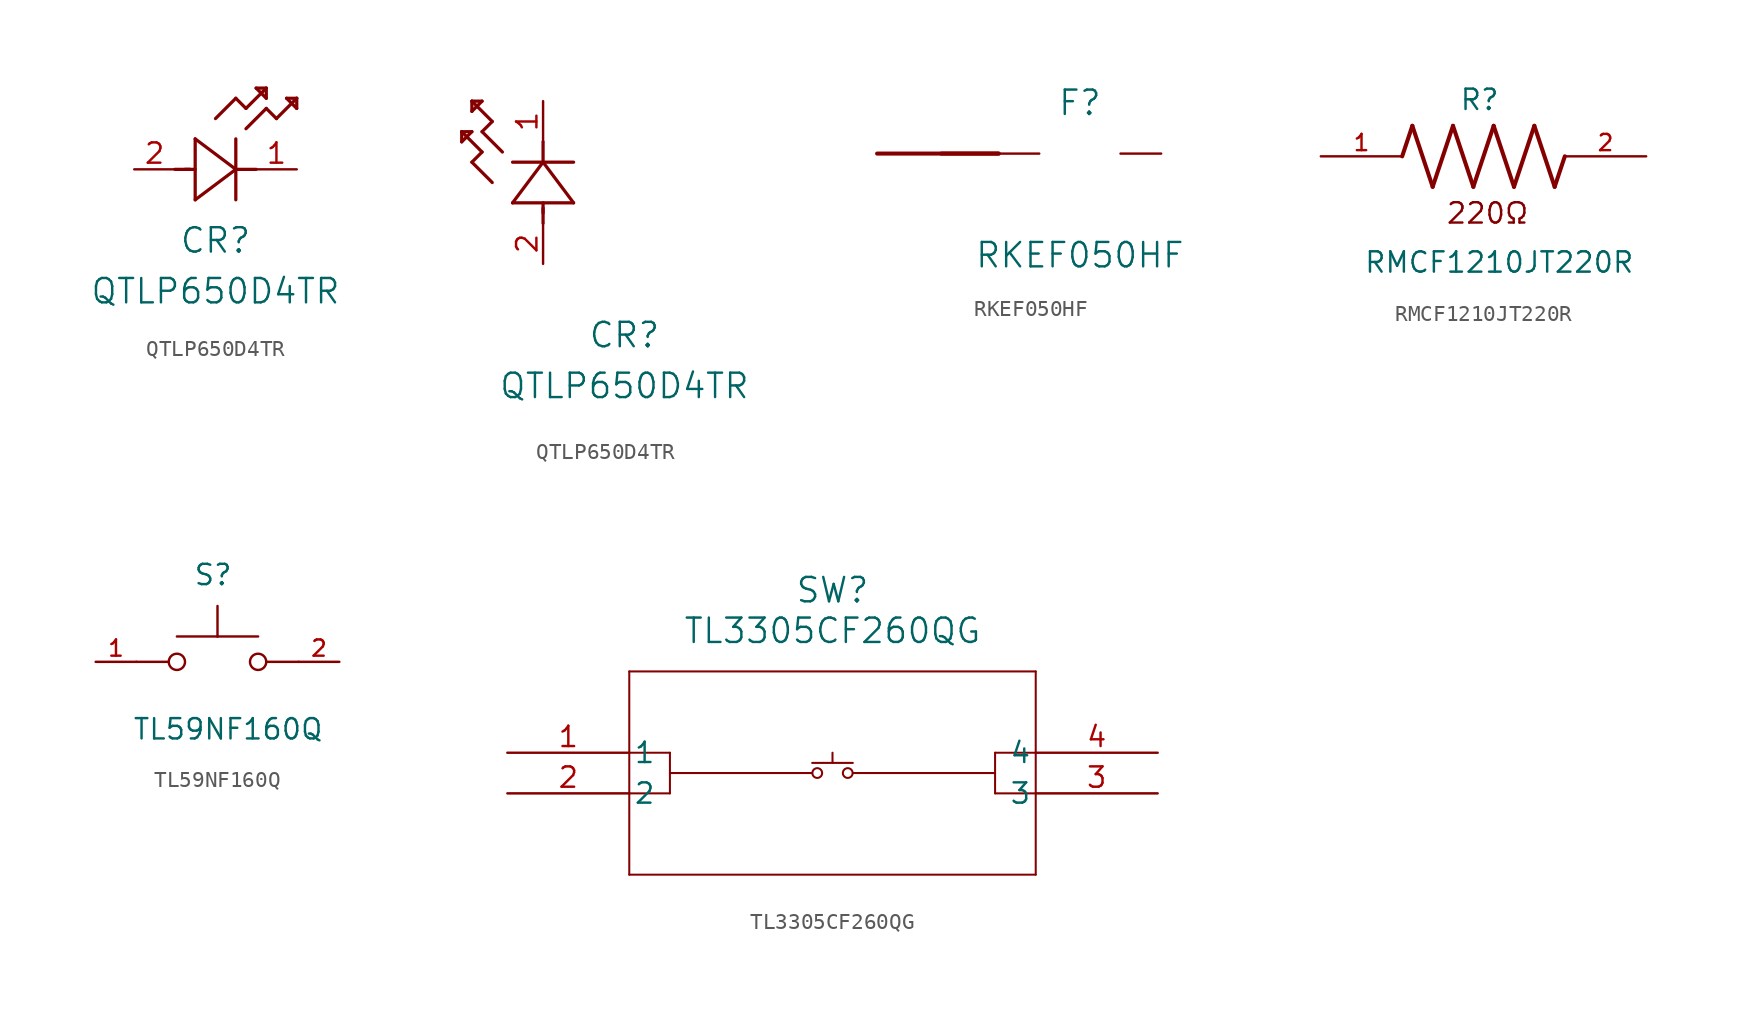
<source format=kicad_sym>
(kicad_symbol_lib
  (version 20211014)
  (generator kicad_symbol_editor)
  (symbol "QTLP650D4TR"
    (pin_names
      (offset 0.254))
    (property "Reference" "CR"
      (at 5.08 -4.445 0)
      (effects (font (size 1.524 1.524))))
    (property "Value" "QTLP650D4TR"
      (at 5.08 -7.62 0)
      (effects (font (size 1.524 1.524))))
    (symbol "QTLP650D4TR_1_1"
      (polyline (pts (xy 2.54 0) (xy 3.48 0)) (stroke (width 0.203) (type default) (color 0 0 0 0)) (fill (type none)))
      (polyline (pts (xy 3.175 0) (xy 3.81 0)) (stroke (width 0.203) (type default) (color 0 0 0 0)) (fill (type none)))
      (polyline (pts (xy 3.81 -1.905) (xy 6.35 0)) (stroke (width 0.203) (type default) (color 0 0 0 0)) (fill (type none)))
      (polyline (pts (xy 3.81 1.905) (xy 3.81 -1.905)) (stroke (width 0.203) (type default) (color 0 0 0 0)) (fill (type none)))
      (polyline (pts (xy 5.08 3.175) (xy 6.35 4.445)) (stroke (width 0.203) (type default) (color 0 0 0 0)) (fill (type none)))
      (polyline (pts (xy 6.35 -1.905) (xy 6.35 1.905)) (stroke (width 0.203) (type default) (color 0 0 0 0)) (fill (type none)))
      (polyline (pts (xy 6.35 0) (xy 3.81 1.905)) (stroke (width 0.203) (type default) (color 0 0 0 0)) (fill (type none)))
      (polyline (pts (xy 6.35 0) (xy 7.62 0)) (stroke (width 0.203) (type default) (color 0 0 0 0)) (fill (type none)))
      (polyline (pts (xy 6.35 4.445) (xy 6.985 3.81)) (stroke (width 0.203) (type default) (color 0 0 0 0)) (fill (type none)))
      (polyline (pts (xy 6.985 2.54) (xy 8.255 3.81)) (stroke (width 0.203) (type default) (color 0 0 0 0)) (fill (type none)))
      (polyline (pts (xy 6.985 3.81) (xy 8.255 5.08)) (stroke (width 0.203) (type default) (color 0 0 0 0)) (fill (type none)))
      (polyline (pts (xy 7.62 5.08) (xy 8.255 4.445)) (stroke (width 0.203) (type default) (color 0 0 0 0)) (fill (type none)))
      (polyline (pts (xy 8.255 3.81) (xy 8.89 3.175)) (stroke (width 0.203) (type default) (color 0 0 0 0)) (fill (type none)))
      (polyline (pts (xy 8.255 4.445) (xy 8.255 5.08)) (stroke (width 0.203) (type default) (color 0 0 0 0)) (fill (type none)))
      (polyline (pts (xy 8.255 5.08) (xy 7.62 5.08)) (stroke (width 0.203) (type default) (color 0 0 0 0)) (fill (type none)))
      (polyline (pts (xy 8.89 3.175) (xy 10.16 4.445)) (stroke (width 0.203) (type default) (color 0 0 0 0)) (fill (type none)))
      (polyline (pts (xy 9.525 4.445) (xy 10.16 3.81)) (stroke (width 0.203) (type default) (color 0 0 0 0)) (fill (type none)))
      (polyline (pts (xy 10.16 3.81) (xy 10.16 4.445)) (stroke (width 0.203) (type default) (color 0 0 0 0)) (fill (type none)))
      (polyline (pts (xy 10.16 4.445) (xy 9.525 4.445)) (stroke (width 0.203) (type default) (color 0 0 0 0)) (fill (type none)))
      (pin unspecified line (at 10.16 0 180) (length 2.54) (name "" (effects (font (size 1.27 1.27)))) (number "1" (effects (font (size 1.27 1.27)))))
      (pin unspecified line (at 0 0 0) (length 2.54) (name "" (effects (font (size 1.27 1.27)))) (number "2" (effects (font (size 1.27 1.27))))))
    (symbol "QTLP650D4TR_1_2"
      (polyline (pts (xy -5.08 7.62) (xy -4.445 8.255)) (stroke (width 0.203) (type default) (color 0 0 0 0)) (fill (type none)))
      (polyline (pts (xy -5.08 8.255) (xy -5.08 7.62)) (stroke (width 0.203) (type default) (color 0 0 0 0)) (fill (type none)))
      (polyline (pts (xy -4.445 6.35) (xy -3.81 6.985)) (stroke (width 0.203) (type default) (color 0 0 0 0)) (fill (type none)))
      (polyline (pts (xy -4.445 8.255) (xy -5.08 8.255)) (stroke (width 0.203) (type default) (color 0 0 0 0)) (fill (type none)))
      (polyline (pts (xy -4.445 9.525) (xy -3.81 10.16)) (stroke (width 0.203) (type default) (color 0 0 0 0)) (fill (type none)))
      (polyline (pts (xy -4.445 10.16) (xy -4.445 9.525)) (stroke (width 0.203) (type default) (color 0 0 0 0)) (fill (type none)))
      (polyline (pts (xy -3.81 6.985) (xy -5.08 8.255)) (stroke (width 0.203) (type default) (color 0 0 0 0)) (fill (type none)))
      (polyline (pts (xy -3.81 8.255) (xy -3.175 8.89)) (stroke (width 0.203) (type default) (color 0 0 0 0)) (fill (type none)))
      (polyline (pts (xy -3.81 10.16) (xy -4.445 10.16)) (stroke (width 0.203) (type default) (color 0 0 0 0)) (fill (type none)))
      (polyline (pts (xy -3.175 5.08) (xy -4.445 6.35)) (stroke (width 0.203) (type default) (color 0 0 0 0)) (fill (type none)))
      (polyline (pts (xy -3.175 8.89) (xy -4.445 10.16)) (stroke (width 0.203) (type default) (color 0 0 0 0)) (fill (type none)))
      (polyline (pts (xy -2.54 6.985) (xy -3.81 8.255)) (stroke (width 0.203) (type default) (color 0 0 0 0)) (fill (type none)))
      (polyline (pts (xy -1.905 3.81) (xy 1.905 3.81)) (stroke (width 0.203) (type default) (color 0 0 0 0)) (fill (type none)))
      (polyline (pts (xy 0 2.54) (xy 0 3.48)) (stroke (width 0.203) (type default) (color 0 0 0 0)) (fill (type none)))
      (polyline (pts (xy 0 3.175) (xy 0 3.81)) (stroke (width 0.203) (type default) (color 0 0 0 0)) (fill (type none)))
      (polyline (pts (xy 0 6.35) (xy -1.905 3.81)) (stroke (width 0.203) (type default) (color 0 0 0 0)) (fill (type none)))
      (polyline (pts (xy 0 6.35) (xy 0 7.62)) (stroke (width 0.203) (type default) (color 0 0 0 0)) (fill (type none)))
      (polyline (pts (xy 1.905 3.81) (xy 0 6.35)) (stroke (width 0.203) (type default) (color 0 0 0 0)) (fill (type none)))
      (polyline (pts (xy 1.905 6.35) (xy -1.905 6.35)) (stroke (width 0.203) (type default) (color 0 0 0 0)) (fill (type none)))
      (pin unspecified line (at 0 10.16 270) (length 2.54) (name "" (effects (font (size 1.27 1.27)))) (number "1" (effects (font (size 1.27 1.27)))))
      (pin unspecified line (at 0 0 90) (length 2.54) (name "" (effects (font (size 1.27 1.27)))) (number "2" (effects (font (size 1.27 1.27)))))))
  (symbol "RKEF050HF"
    (pin_numbers hide)
    (pin_names hide)
    (property "Reference" "F"
      (at 5.08 3.175 0)
      (effects (font (size 1.524 1.524))))
    (property "Value" "RKEF050HF"
      (at 5.08 -6.35 0)
      (effects (font (size 1.524 1.524))))
    (property "Datasheet" ""
      (at 0 0 0)
      (effects (font (size 1.524 1.524))))
    (symbol "RKEF050HF_1_1"
      (arc (start -7.5946 0) (mid -3.7973 -0.0003) (end 0 0) (stroke (width 0.254) (type default) (color 0 0 0 0)) (fill (type none)))
      (arc (start -3.5814 0) (mid -1.7907 -0.0001) (end 0 0) (stroke (width 0.254) (type default) (color 0 0 0 0)) (fill (type none)))
      (pin unspecified line (at 0 0 0) (length 2.54) (name "1" (effects (font (size 1.499 1.499)))) (number "1" (effects (font (size 1.499 1.499)))))
      (pin unspecified line (at 10.16 0 180) (length 2.54) (name "2" (effects (font (size 1.499 1.499)))) (number "2" (effects (font (size 1.499 1.499)))))))
  (symbol "RMCF1210JT220R"
    (pin_names
      (offset 1.016))
    (property "Reference" "R"
      (at -1.524 2.794 0)
      (effects (font (size 1.27 1.27)) (justify left bottom)))
    (property "Value" "RMCF1210JT220R"
      (at -7.493 -7.366 0)
      (effects (font (size 1.27 1.27)) (justify left bottom)))
    (symbol "RMCF1210JT220R_0_0"
      (polyline (pts (xy -5.08 0) (xy -4.445 1.905)) (stroke (width 0.254) (type default) (color 0 0 0 0)) (fill (type none)))
      (polyline (pts (xy -4.445 1.905) (xy -3.175 -1.905)) (stroke (width 0.254) (type default) (color 0 0 0 0)) (fill (type none)))
      (polyline (pts (xy -3.175 -1.905) (xy -1.905 1.905)) (stroke (width 0.254) (type default) (color 0 0 0 0)) (fill (type none)))
      (polyline (pts (xy -1.905 1.905) (xy -0.635 -1.905)) (stroke (width 0.254) (type default) (color 0 0 0 0)) (fill (type none)))
      (polyline (pts (xy -0.635 -1.905) (xy 0.635 1.905)) (stroke (width 0.254) (type default) (color 0 0 0 0)) (fill (type none)))
      (polyline (pts (xy 0.635 1.905) (xy 1.905 -1.905)) (stroke (width 0.254) (type default) (color 0 0 0 0)) (fill (type none)))
      (polyline (pts (xy 1.905 -1.905) (xy 3.175 1.905)) (stroke (width 0.254) (type default) (color 0 0 0 0)) (fill (type none)))
      (polyline (pts (xy 3.175 1.905) (xy 4.445 -1.905)) (stroke (width 0.254) (type default) (color 0 0 0 0)) (fill (type none)))
      (polyline (pts (xy 4.445 -1.905) (xy 5.08 0)) (stroke (width 0.254) (type default) (color 0 0 0 0)) (fill (type none)))
      (text "220Ω" (at 0.254 -3.556 0) (effects (font (size 1.27 1.27))))
      (pin passive line (at -10.16 0 0) (length 5.08) (name "~" (effects (font (size 1.016 1.016)))) (number "1" (effects (font (size 1.016 1.016)))))
      (pin passive line (at 10.16 0 180) (length 5.08) (name "~" (effects (font (size 1.016 1.016)))) (number "2" (effects (font (size 1.016 1.016)))))))
  (symbol "TL59NF160Q"
    (pin_names
      (offset 1.016))
    (property "Reference" "S"
      (at -1.524 4.699 0)
      (effects (font (size 1.27 1.27)) (justify left bottom)))
    (property "Value" "TL59NF160Q"
      (at -5.334 -4.953 0)
      (effects (font (size 1.27 1.27)) (justify left bottom)))
    (symbol "TL59NF160Q_0_0"
      (circle (center -2.54 0) (radius 0.508) (stroke (width 0.152) (type default) (color 0 0 0 0)) (fill (type none)))
      (polyline (pts (xy -5.08 0) (xy -3.048 0)) (stroke (width 0.152) (type default) (color 0 0 0 0)) (fill (type none)))
      (polyline (pts (xy -2.54 1.587) (xy 0 1.587)) (stroke (width 0.152) (type default) (color 0 0 0 0)) (fill (type none)))
      (polyline (pts (xy 0 1.587) (xy 0 3.493)) (stroke (width 0.152) (type default) (color 0 0 0 0)) (fill (type none)))
      (polyline (pts (xy 0 1.587) (xy 2.54 1.587)) (stroke (width 0.152) (type default) (color 0 0 0 0)) (fill (type none)))
      (polyline (pts (xy 5.08 0) (xy 3.048 0)) (stroke (width 0.152) (type default) (color 0 0 0 0)) (fill (type none)))
      (circle (center 2.54 0) (radius 0.508) (stroke (width 0.152) (type default) (color 0 0 0 0)) (fill (type none)))
      (pin passive line (at -7.62 0 0) (length 2.54) (name "~" (effects (font (size 1.016 1.016)))) (number "1" (effects (font (size 1.016 1.016)))))
      (pin passive line (at 7.62 0 180) (length 2.54) (name "~" (effects (font (size 1.016 1.016)))) (number "2" (effects (font (size 1.016 1.016)))))))
  (symbol "TL3305CF260QG"
    (pin_names
      (offset 0.254))
    (property "Reference" "SW"
      (at 20.32 10.16 0)
      (effects (font (size 1.524 1.524))))
    (property "Value" "TL3305CF260QG"
      (at 20.32 7.62 0)
      (effects (font (size 1.524 1.524))))
    (symbol "TL3305CF260QG_0_1"
      (polyline (pts (xy 7.62 -7.62) (xy 33.02 -7.62)) (stroke (width 0.127) (type default) (color 0 0 0 0)) (fill (type none)))
      (polyline (pts (xy 7.62 -2.54) (xy 10.16 -2.54)) (stroke (width 0.127) (type default) (color 0 0 0 0)) (fill (type none)))
      (polyline (pts (xy 7.62 0) (xy 10.16 0)) (stroke (width 0.127) (type default) (color 0 0 0 0)) (fill (type none)))
      (polyline (pts (xy 7.62 5.08) (xy 7.62 -7.62)) (stroke (width 0.127) (type default) (color 0 0 0 0)) (fill (type none)))
      (polyline (pts (xy 10.16 -1.27) (xy 19.05 -1.27)) (stroke (width 0.127) (type default) (color 0 0 0 0)) (fill (type none)))
      (polyline (pts (xy 10.16 0) (xy 10.16 -2.54)) (stroke (width 0.127) (type default) (color 0 0 0 0)) (fill (type none)))
      (polyline (pts (xy 19.05 -0.635) (xy 21.59 -0.635)) (stroke (width 0.127) (type default) (color 0 0 0 0)) (fill (type none)))
      (polyline (pts (xy 20.32 -0.635) (xy 20.32 0)) (stroke (width 0.127) (type default) (color 0 0 0 0)) (fill (type none)))
      (polyline (pts (xy 30.48 -2.54) (xy 33.02 -2.54)) (stroke (width 0.127) (type default) (color 0 0 0 0)) (fill (type none)))
      (polyline (pts (xy 30.48 -1.27) (xy 21.59 -1.27)) (stroke (width 0.127) (type default) (color 0 0 0 0)) (fill (type none)))
      (polyline (pts (xy 30.48 0) (xy 30.48 -2.54)) (stroke (width 0.127) (type default) (color 0 0 0 0)) (fill (type none)))
      (polyline (pts (xy 33.02 -7.62) (xy 33.02 5.08)) (stroke (width 0.127) (type default) (color 0 0 0 0)) (fill (type none)))
      (polyline (pts (xy 33.02 0) (xy 30.48 0)) (stroke (width 0.127) (type default) (color 0 0 0 0)) (fill (type none)))
      (polyline (pts (xy 33.02 5.08) (xy 7.62 5.08)) (stroke (width 0.127) (type default) (color 0 0 0 0)) (fill (type none)))
      (circle (center 19.367 -1.27) (radius 0.305) (stroke (width 0.127) (type default) (color 0 0 0 0)) (fill (type none)))
      (circle (center 21.273 -1.27) (radius 0.305) (stroke (width 0.127) (type default) (color 0 0 0 0)) (fill (type none)))
      (pin unspecified line (at 0 0 0) (length 7.62) (name "1" (effects (font (size 1.27 1.27)))) (number "1" (effects (font (size 1.27 1.27)))))
      (pin unspecified line (at 0 -2.54 0) (length 7.62) (name "2" (effects (font (size 1.27 1.27)))) (number "2" (effects (font (size 1.27 1.27)))))
      (pin unspecified line (at 40.64 -2.54 180) (length 7.62) (name "3" (effects (font (size 1.27 1.27)))) (number "3" (effects (font (size 1.27 1.27)))))
      (pin unspecified line (at 40.64 0 180) (length 7.62) (name "4" (effects (font (size 1.27 1.27)))) (number "4" (effects (font (size 1.27 1.27))))))))
</source>
